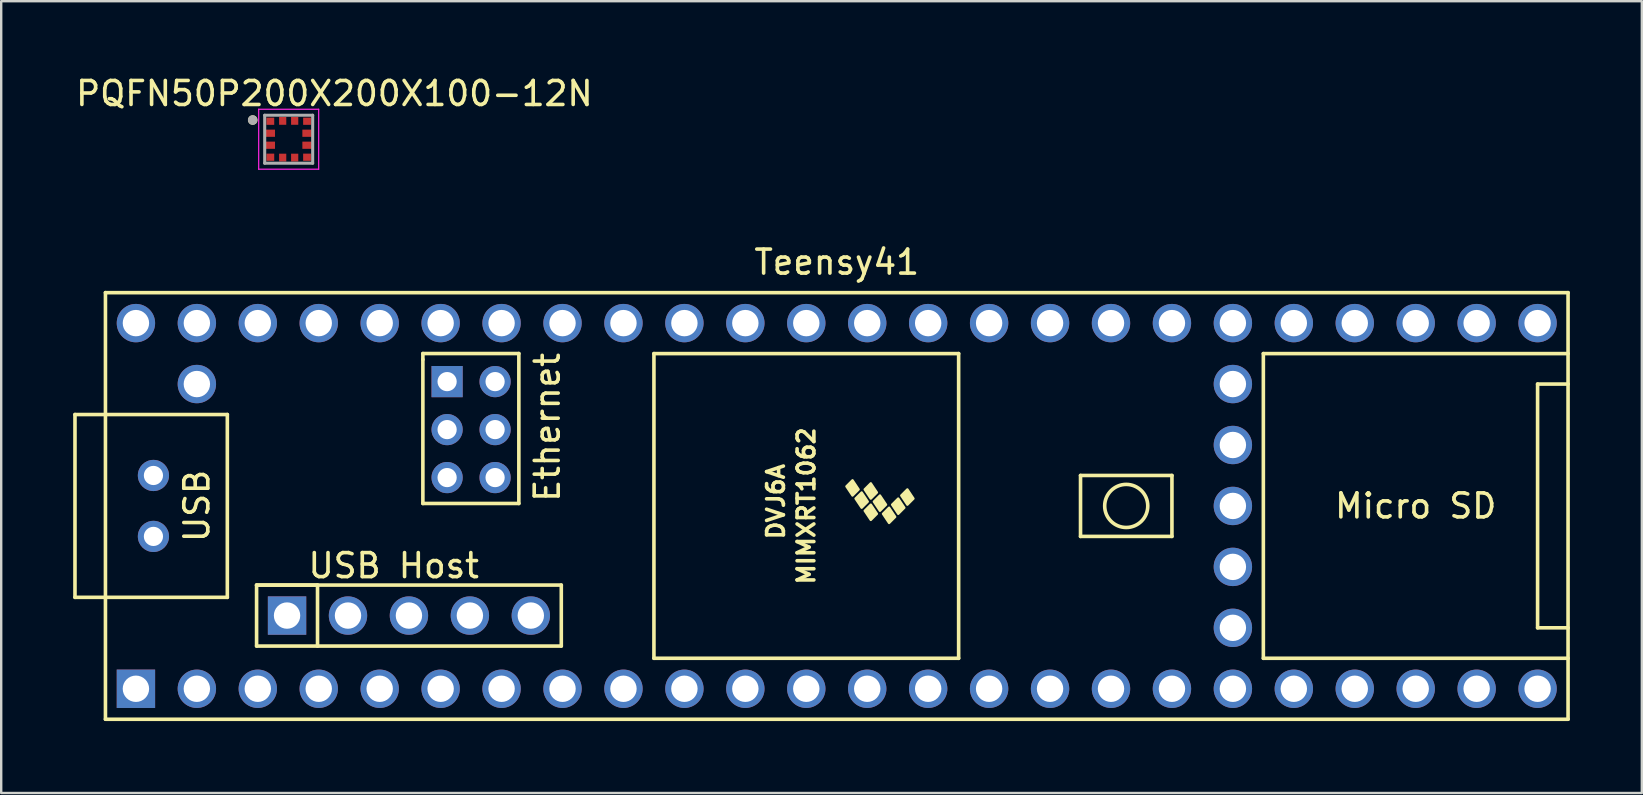
<source format=kicad_pcb>
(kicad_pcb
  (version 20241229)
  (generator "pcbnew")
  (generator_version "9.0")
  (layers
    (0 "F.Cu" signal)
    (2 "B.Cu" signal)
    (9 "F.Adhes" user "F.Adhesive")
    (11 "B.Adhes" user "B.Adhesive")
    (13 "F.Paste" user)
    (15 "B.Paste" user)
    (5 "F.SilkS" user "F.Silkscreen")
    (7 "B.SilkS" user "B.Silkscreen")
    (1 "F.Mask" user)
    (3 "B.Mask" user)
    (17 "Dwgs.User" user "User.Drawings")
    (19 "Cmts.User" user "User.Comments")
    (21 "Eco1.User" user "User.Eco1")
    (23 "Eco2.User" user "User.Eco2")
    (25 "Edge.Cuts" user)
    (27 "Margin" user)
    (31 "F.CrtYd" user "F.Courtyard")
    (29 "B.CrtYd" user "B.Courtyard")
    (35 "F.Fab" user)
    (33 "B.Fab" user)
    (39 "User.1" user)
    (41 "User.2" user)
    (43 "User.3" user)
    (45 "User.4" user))
  (footprint "Teensy41"
    (layer "F.Cu")
    (at 31.825 18.037)
    (property "Reference" "Teensy41" (at 0 -10.16 0) (layer "F.SilkS") (effects (font (size 1 1) (thickness 0.15))))
    (attr through_hole)
    (fp_line (start -31.75 -3.81) (end -30.48 -3.81) (stroke (width 0.15) (type solid)) (layer "F.SilkS"))
    (fp_line (start -31.75 3.81) (end -31.75 -3.81) (stroke (width 0.15) (type solid)) (layer "F.SilkS"))
    (fp_line (start -30.48 -8.89) (end 30.48 -8.89) (stroke (width 0.15) (type solid)) (layer "F.SilkS"))
    (fp_line (start -30.48 3.81) (end -31.75 3.81) (stroke (width 0.15) (type solid)) (layer "F.SilkS"))
    (fp_line (start -30.48 8.89) (end -30.48 -8.89) (stroke (width 0.15) (type solid)) (layer "F.SilkS"))
    (fp_line (start -25.4 -3.81) (end -30.48 -3.81) (stroke (width 0.15) (type solid)) (layer "F.SilkS"))
    (fp_line (start -25.4 3.81) (end -30.48 3.81) (stroke (width 0.15) (type solid)) (layer "F.SilkS"))
    (fp_line (start -25.4 3.81) (end -25.4 -3.81) (stroke (width 0.15) (type solid)) (layer "F.SilkS"))
    (fp_line (start -24.181 3.299) (end -21.641 3.299) (stroke (width 0.15) (type solid)) (layer "F.SilkS"))
    (fp_line (start -24.181 3.299) (end -11.481 3.299) (stroke (width 0.15) (type solid)) (layer "F.SilkS"))
    (fp_line (start -24.181 5.839) (end -24.181 3.299) (stroke (width 0.15) (type solid)) (layer "F.SilkS"))
    (fp_line (start -21.641 3.299) (end -21.641 5.839) (stroke (width 0.15) (type solid)) (layer "F.SilkS"))
    (fp_line (start -17.25 -6.352) (end -17.25 -6.102) (stroke (width 0.15) (type solid)) (layer "F.SilkS"))
    (fp_line (start -17.25 -6.102) (end -17.25 -0.102) (stroke (width 0.15) (type solid)) (layer "F.SilkS"))
    (fp_line (start -17.25 -0.102) (end -13.25 -0.102) (stroke (width 0.15) (type solid)) (layer "F.SilkS"))
    (fp_line (start -13.25 -6.352) (end -17.25 -6.352) (stroke (width 0.15) (type solid)) (layer "F.SilkS"))
    (fp_line (start -13.25 -0.102) (end -13.25 -6.352) (stroke (width 0.15) (type solid)) (layer "F.SilkS"))
    (fp_line (start -11.481 3.299) (end -11.481 5.839) (stroke (width 0.15) (type solid)) (layer "F.SilkS"))
    (fp_line (start -11.481 5.839) (end -24.181 5.839) (stroke (width 0.15) (type solid)) (layer "F.SilkS"))
    (fp_line (start -7.62 -6.35) (end -7.62 6.35) (stroke (width 0.15) (type solid)) (layer "F.SilkS"))
    (fp_line (start -7.62 6.35) (end 5.08 6.35) (stroke (width 0.15) (type solid)) (layer "F.SilkS"))
    (fp_line (start 5.08 -6.35) (end -7.62 -6.35) (stroke (width 0.15) (type solid)) (layer "F.SilkS"))
    (fp_line (start 5.08 6.35) (end 5.08 -6.35) (stroke (width 0.15) (type solid)) (layer "F.SilkS"))
    (fp_line (start 10.16 -1.27) (end 13.97 -1.27) (stroke (width 0.15) (type solid)) (layer "F.SilkS"))
    (fp_line (start 10.16 1.27) (end 10.16 -1.27) (stroke (width 0.15) (type solid)) (layer "F.SilkS"))
    (fp_line (start 13.97 -1.27) (end 13.97 1.27) (stroke (width 0.15) (type solid)) (layer "F.SilkS"))
    (fp_line (start 13.97 1.27) (end 10.16 1.27) (stroke (width 0.15) (type solid)) (layer "F.SilkS"))
    (fp_line (start 17.78 -6.35) (end 17.78 6.35) (stroke (width 0.15) (type solid)) (layer "F.SilkS"))
    (fp_line (start 17.78 6.35) (end 30.48 6.35) (stroke (width 0.15) (type solid)) (layer "F.SilkS"))
    (fp_line (start 29.21 -5.08) (end 29.21 5.08) (stroke (width 0.15) (type solid)) (layer "F.SilkS"))
    (fp_line (start 29.21 5.08) (end 30.48 5.08) (stroke (width 0.15) (type solid)) (layer "F.SilkS"))
    (fp_line (start 30.48 -8.89) (end 30.48 8.89) (stroke (width 0.15) (type solid)) (layer "F.SilkS"))
    (fp_line (start 30.48 -6.35) (end 17.78 -6.35) (stroke (width 0.15) (type solid)) (layer "F.SilkS"))
    (fp_line (start 30.48 -5.08) (end 29.21 -5.08) (stroke (width 0.15) (type solid)) (layer "F.SilkS"))
    (fp_line (start 30.48 8.89) (end -30.48 8.89) (stroke (width 0.15) (type solid)) (layer "F.SilkS"))
    (fp_circle (center 12.065 0) (end 12.7 -0.635) (stroke (width 0.15) (type solid)) (fill no) (layer "F.SilkS"))
    (fp_poly (pts (xy 0.911 -0.688) (xy 0.657 -0.434) (xy 0.403 -0.815) (xy 0.657 -1.069)) (stroke (width 0.1) (type solid)) (fill yes) (layer "F.SilkS"))
    (fp_poly (pts (xy 1.292 -0.18) (xy 1.038 0.074) (xy 0.784 -0.307) (xy 1.038 -0.561)) (stroke (width 0.1) (type solid)) (fill yes) (layer "F.SilkS"))
    (fp_poly (pts (xy 1.673 -0.561) (xy 1.419 -0.307) (xy 1.165 -0.688) (xy 1.419 -0.942)) (stroke (width 0.1) (type solid)) (fill yes) (layer "F.SilkS"))
    (fp_poly (pts (xy 1.673 0.328) (xy 1.419 0.582) (xy 1.165 0.201) (xy 1.419 -0.053)) (stroke (width 0.1) (type solid)) (fill yes) (layer "F.SilkS"))
    (fp_poly (pts (xy 2.054 -0.053) (xy 1.8 0.201) (xy 1.546 -0.18) (xy 1.8 -0.434)) (stroke (width 0.1) (type solid)) (fill yes) (layer "F.SilkS"))
    (fp_poly (pts (xy 2.435 0.455) (xy 2.181 0.709) (xy 1.927 0.328) (xy 2.181 0.074)) (stroke (width 0.1) (type solid)) (fill yes) (layer "F.SilkS"))
    (fp_poly (pts (xy 2.816 0.074) (xy 2.562 0.328) (xy 2.308 -0.053) (xy 2.562 -0.307)) (stroke (width 0.1) (type solid)) (fill yes) (layer "F.SilkS"))
    (fp_poly (pts (xy 3.197 -0.307) (xy 2.943 -0.053) (xy 2.689 -0.434) (xy 2.943 -0.688)) (stroke (width 0.1) (type solid)) (fill yes) (layer "F.SilkS"))
    (fp_text user "DVJ6A" (at -2.54 -0.18 270) (layer "F.SilkS") (effects (font (size 0.7 0.7) (thickness 0.15))))
    (fp_text user "MIMXRT1062" (at -1.27 0 270) (layer "F.SilkS") (effects (font (size 0.7 0.7) (thickness 0.15))))
    (fp_text user "Ethernet" (at -12.065 -3.277 90) (layer "F.SilkS") (effects (font (size 1 1) (thickness 0.15))))
    (fp_text user "USB" (at -26.67 0 270) (layer "F.SilkS") (effects (font (size 1 1) (thickness 0.15))))
    (fp_text user "Micro SD" (at 24.13 0 0) (layer "F.SilkS") (effects (font (size 1 1) (thickness 0.15))))
    (fp_text user "USB Host" (at -18.466 2.489 0) (layer "F.SilkS") (effects (font (size 1 1) (thickness 0.15))))
    (pad "1" thru_hole rect (at -29.21 7.62) (size 1.6 1.6) (drill 1.1) (layers "*.Cu" "*.Mask"))
    (pad "2" thru_hole circle (at -26.67 7.62) (size 1.6 1.6) (drill 1.1) (layers "*.Cu" "*.Mask"))
    (pad "3" thru_hole circle (at -24.13 7.62) (size 1.6 1.6) (drill 1.1) (layers "*.Cu" "*.Mask"))
    (pad "4" thru_hole circle (at -21.59 7.62) (size 1.6 1.6) (drill 1.1) (layers "*.Cu" "*.Mask"))
    (pad "5" thru_hole circle (at -19.05 7.62) (size 1.6 1.6) (drill 1.1) (layers "*.Cu" "*.Mask"))
    (pad "6" thru_hole circle (at -16.51 7.62) (size 1.6 1.6) (drill 1.1) (layers "*.Cu" "*.Mask"))
    (pad "7" thru_hole circle (at -13.97 7.62) (size 1.6 1.6) (drill 1.1) (layers "*.Cu" "*.Mask"))
    (pad "8" thru_hole circle (at -11.43 7.62) (size 1.6 1.6) (drill 1.1) (layers "*.Cu" "*.Mask"))
    (pad "9" thru_hole circle (at -8.89 7.62) (size 1.6 1.6) (drill 1.1) (layers "*.Cu" "*.Mask"))
    (pad "10" thru_hole circle (at -6.35 7.62) (size 1.6 1.6) (drill 1.1) (layers "*.Cu" "*.Mask"))
    (pad "11" thru_hole circle (at -3.81 7.62) (size 1.6 1.6) (drill 1.1) (layers "*.Cu" "*.Mask"))
    (pad "12" thru_hole circle (at -1.27 7.62) (size 1.6 1.6) (drill 1.1) (layers "*.Cu" "*.Mask"))
    (pad "13" thru_hole circle (at 1.27 7.62) (size 1.6 1.6) (drill 1.1) (layers "*.Cu" "*.Mask"))
    (pad "14" thru_hole circle (at 3.81 7.62) (size 1.6 1.6) (drill 1.1) (layers "*.Cu" "*.Mask"))
    (pad "15" thru_hole circle (at 6.35 7.62) (size 1.6 1.6) (drill 1.1) (layers "*.Cu" "*.Mask"))
    (pad "16" thru_hole circle (at 8.89 7.62) (size 1.6 1.6) (drill 1.1) (layers "*.Cu" "*.Mask"))
    (pad "17" thru_hole circle (at 11.43 7.62) (size 1.6 1.6) (drill 1.1) (layers "*.Cu" "*.Mask"))
    (pad "18" thru_hole circle (at 13.97 7.62) (size 1.6 1.6) (drill 1.1) (layers "*.Cu" "*.Mask"))
    (pad "19" thru_hole circle (at 16.51 7.62) (size 1.6 1.6) (drill 1.1) (layers "*.Cu" "*.Mask"))
    (pad "20" thru_hole circle (at 19.05 7.62) (size 1.6 1.6) (drill 1.1) (layers "*.Cu" "*.Mask"))
    (pad "21" thru_hole circle (at 21.59 7.62) (size 1.6 1.6) (drill 1.1) (layers "*.Cu" "*.Mask"))
    (pad "22" thru_hole circle (at 24.13 7.62) (size 1.6 1.6) (drill 1.1) (layers "*.Cu" "*.Mask"))
    (pad "23" thru_hole circle (at 26.67 7.62) (size 1.6 1.6) (drill 1.1) (layers "*.Cu" "*.Mask"))
    (pad "24" thru_hole circle (at 29.21 7.62) (size 1.6 1.6) (drill 1.1) (layers "*.Cu" "*.Mask"))
    (pad "25" thru_hole circle (at 29.21 -7.62) (size 1.6 1.6) (drill 1.1) (layers "*.Cu" "*.Mask"))
    (pad "26" thru_hole circle (at 26.67 -7.62) (size 1.6 1.6) (drill 1.1) (layers "*.Cu" "*.Mask"))
    (pad "27" thru_hole circle (at 24.13 -7.62) (size 1.6 1.6) (drill 1.1) (layers "*.Cu" "*.Mask"))
    (pad "28" thru_hole circle (at 21.59 -7.62) (size 1.6 1.6) (drill 1.1) (layers "*.Cu" "*.Mask"))
    (pad "29" thru_hole circle (at 19.05 -7.62) (size 1.6 1.6) (drill 1.1) (layers "*.Cu" "*.Mask"))
    (pad "30" thru_hole circle (at 16.51 -7.62) (size 1.6 1.6) (drill 1.1) (layers "*.Cu" "*.Mask"))
    (pad "31" thru_hole circle (at 13.97 -7.62) (size 1.6 1.6) (drill 1.1) (layers "*.Cu" "*.Mask"))
    (pad "32" thru_hole circle (at 11.43 -7.62) (size 1.6 1.6) (drill 1.1) (layers "*.Cu" "*.Mask"))
    (pad "33" thru_hole circle (at 8.89 -7.62) (size 1.6 1.6) (drill 1.1) (layers "*.Cu" "*.Mask"))
    (pad "34" thru_hole circle (at 6.35 -7.62) (size 1.6 1.6) (drill 1.1) (layers "*.Cu" "*.Mask"))
    (pad "35" thru_hole circle (at 3.81 -7.62) (size 1.6 1.6) (drill 1.1) (layers "*.Cu" "*.Mask"))
    (pad "36" thru_hole circle (at 1.27 -7.62) (size 1.6 1.6) (drill 1.1) (layers "*.Cu" "*.Mask"))
    (pad "37" thru_hole circle (at -1.27 -7.62) (size 1.6 1.6) (drill 1.1) (layers "*.Cu" "*.Mask"))
    (pad "38" thru_hole circle (at -3.81 -7.62) (size 1.6 1.6) (drill 1.1) (layers "*.Cu" "*.Mask"))
    (pad "39" thru_hole circle (at -6.35 -7.62) (size 1.6 1.6) (drill 1.1) (layers "*.Cu" "*.Mask"))
    (pad "40" thru_hole circle (at -8.89 -7.62) (size 1.6 1.6) (drill 1.1) (layers "*.Cu" "*.Mask"))
    (pad "41" thru_hole circle (at -11.43 -7.62) (size 1.6 1.6) (drill 1.1) (layers "*.Cu" "*.Mask"))
    (pad "42" thru_hole circle (at -13.97 -7.62) (size 1.6 1.6) (drill 1.1) (layers "*.Cu" "*.Mask"))
    (pad "43" thru_hole circle (at -16.51 -7.62) (size 1.6 1.6) (drill 1.1) (layers "*.Cu" "*.Mask"))
    (pad "44" thru_hole circle (at -19.05 -7.62) (size 1.6 1.6) (drill 1.1) (layers "*.Cu" "*.Mask"))
    (pad "45" thru_hole circle (at -21.59 -7.62) (size 1.6 1.6) (drill 1.1) (layers "*.Cu" "*.Mask"))
    (pad "46" thru_hole circle (at -24.13 -7.62) (size 1.6 1.6) (drill 1.1) (layers "*.Cu" "*.Mask"))
    (pad "47" thru_hole circle (at -26.67 -7.62) (size 1.6 1.6) (drill 1.1) (layers "*.Cu" "*.Mask"))
    (pad "48" thru_hole circle (at -29.21 -7.62) (size 1.6 1.6) (drill 1.1) (layers "*.Cu" "*.Mask"))
    (pad "49" thru_hole circle (at -26.67 -5.08) (size 1.6 1.6) (drill 1.1) (layers "*.Cu" "*.Mask"))
    (pad "50" thru_hole circle (at 16.51 5.08) (size 1.6 1.6) (drill 1.1) (layers "*.Cu" "*.Mask"))
    (pad "51" thru_hole circle (at 16.51 2.54) (size 1.6 1.6) (drill 1.1) (layers "*.Cu" "*.Mask"))
    (pad "52" thru_hole circle (at 16.51 0) (size 1.6 1.6) (drill 1.1) (layers "*.Cu" "*.Mask"))
    (pad "53" thru_hole circle (at 16.51 -2.54) (size 1.6 1.6) (drill 1.1) (layers "*.Cu" "*.Mask"))
    (pad "54" thru_hole circle (at 16.51 -5.08) (size 1.6 1.6) (drill 1.1) (layers "*.Cu" "*.Mask"))
    (pad "55" thru_hole rect (at -22.911 4.569) (size 1.6 1.6) (drill 1.1) (layers "*.Cu" "*.Mask"))
    (pad "56" thru_hole circle (at -20.371 4.569) (size 1.6 1.6) (drill 1.1) (layers "*.Cu" "*.Mask"))
    (pad "57" thru_hole circle (at -17.831 4.569) (size 1.6 1.6) (drill 1.1) (layers "*.Cu" "*.Mask"))
    (pad "58" thru_hole circle (at -15.291 4.569) (size 1.6 1.6) (drill 1.1) (layers "*.Cu" "*.Mask"))
    (pad "59" thru_hole circle (at -12.751 4.569) (size 1.6 1.6) (drill 1.1) (layers "*.Cu" "*.Mask"))
    (pad "60" thru_hole rect (at -16.24 -5.182) (size 1.3 1.3) (drill 0.8) (layers "*.Cu" "*.Mask"))
    (pad "61" thru_hole circle (at -16.24 -3.182) (size 1.3 1.3) (drill 0.8) (layers "*.Cu" "*.Mask"))
    (pad "62" thru_hole circle (at -16.24 -1.182) (size 1.3 1.3) (drill 0.8) (layers "*.Cu" "*.Mask"))
    (pad "63" thru_hole circle (at -14.24 -1.182) (size 1.3 1.3) (drill 0.8) (layers "*.Cu" "*.Mask"))
    (pad "64" thru_hole circle (at -14.24 -3.182) (size 1.3 1.3) (drill 0.8) (layers "*.Cu" "*.Mask"))
    (pad "65" thru_hole circle (at -14.24 -5.182) (size 1.3 1.3) (drill 0.8) (layers "*.Cu" "*.Mask"))
    (pad "66" thru_hole circle (at -28.48 -1.27) (size 1.3 1.3) (drill 0.8) (layers "*.Cu" "*.Mask"))
    (pad "67" thru_hole circle (at -28.48 1.27) (size 1.3 1.3) (drill 0.8) (layers "*.Cu" "*.Mask")))
  (footprint "PQFN50P200X200X100-12N"
    (layer "F.Cu")
    (at 8.982 2.753)
    (property "Reference" "PQFN50P200X200X100-12N" (at 1.905 -1.905 0) (layer "F.SilkS") (effects (font (size 1 1) (thickness 0.15))))
    (attr smd)
    (fp_circle (center -1.5 -0.8) (end -1.4 -0.8) (stroke (width 0.2) (type solid)) (fill no) (layer "F.SilkS"))
    (fp_line (start -1.25 -1.25) (end 1.25 -1.25) (stroke (width 0.05) (type solid)) (layer "F.CrtYd"))
    (fp_line (start -1.25 1.25) (end -1.25 -1.25) (stroke (width 0.05) (type solid)) (layer "F.CrtYd"))
    (fp_line (start 1.25 -1.25) (end 1.25 1.25) (stroke (width 0.05) (type solid)) (layer "F.CrtYd"))
    (fp_line (start 1.25 1.25) (end -1.25 1.25) (stroke (width 0.05) (type solid)) (layer "F.CrtYd"))
    (fp_line (start -1 -1) (end 1 -1) (stroke (width 0.127) (type solid)) (layer "F.Fab"))
    (fp_line (start -1 1) (end -1 -1) (stroke (width 0.127) (type solid)) (layer "F.Fab"))
    (fp_line (start 1 -1) (end 1 1) (stroke (width 0.127) (type solid)) (layer "F.Fab"))
    (fp_line (start 1 1) (end -1 1) (stroke (width 0.127) (type solid)) (layer "F.Fab"))
    (fp_circle (center -1.5 -0.8) (end -1.4 -0.8) (stroke (width 0.2) (type solid)) (fill no) (layer "F.Fab"))
    (pad "1" smd rect (at -0.765 -0.75) (size 0.325 0.3) (layers "F.Cu" "F.Mask" "F.Paste"))
    (pad "2" smd rect (at -0.765 -0.25) (size 0.39 0.3) (layers "F.Cu" "F.Mask" "F.Paste"))
    (pad "3" smd rect (at -0.765 0.25) (size 0.39 0.3) (layers "F.Cu" "F.Mask" "F.Paste"))
    (pad "4" smd rect (at -0.765 0.75) (size 0.325 0.3) (layers "F.Cu" "F.Mask" "F.Paste"))
    (pad "5" smd rect (at -0.25 0.765) (size 0.3 0.325) (layers "F.Cu" "F.Mask" "F.Paste"))
    (pad "6" smd rect (at 0.25 0.765) (size 0.3 0.325) (layers "F.Cu" "F.Mask" "F.Paste"))
    (pad "7" smd rect (at 0.765 0.75) (size 0.325 0.3) (layers "F.Cu" "F.Mask" "F.Paste"))
    (pad "8" smd rect (at 0.765 0.25) (size 0.39 0.3) (layers "F.Cu" "F.Mask" "F.Paste"))
    (pad "9" smd rect (at 0.765 -0.25) (size 0.39 0.3) (layers "F.Cu" "F.Mask" "F.Paste"))
    (pad "10" smd rect (at 0.765 -0.75) (size 0.325 0.3) (layers "F.Cu" "F.Mask" "F.Paste"))
    (pad "11" smd rect (at 0.25 -0.765) (size 0.3 0.325) (layers "F.Cu" "F.Mask" "F.Paste"))
    (pad "12" smd rect (at -0.25 -0.765) (size 0.3 0.325) (layers "F.Cu" "F.Mask" "F.Paste")))
  (gr_rect
    (start -3 -3)
    (end 65.38 30.002)
    (stroke (width 0.1) (type default))
    (fill no)
    (layer "Edge.Cuts")))
</source>
